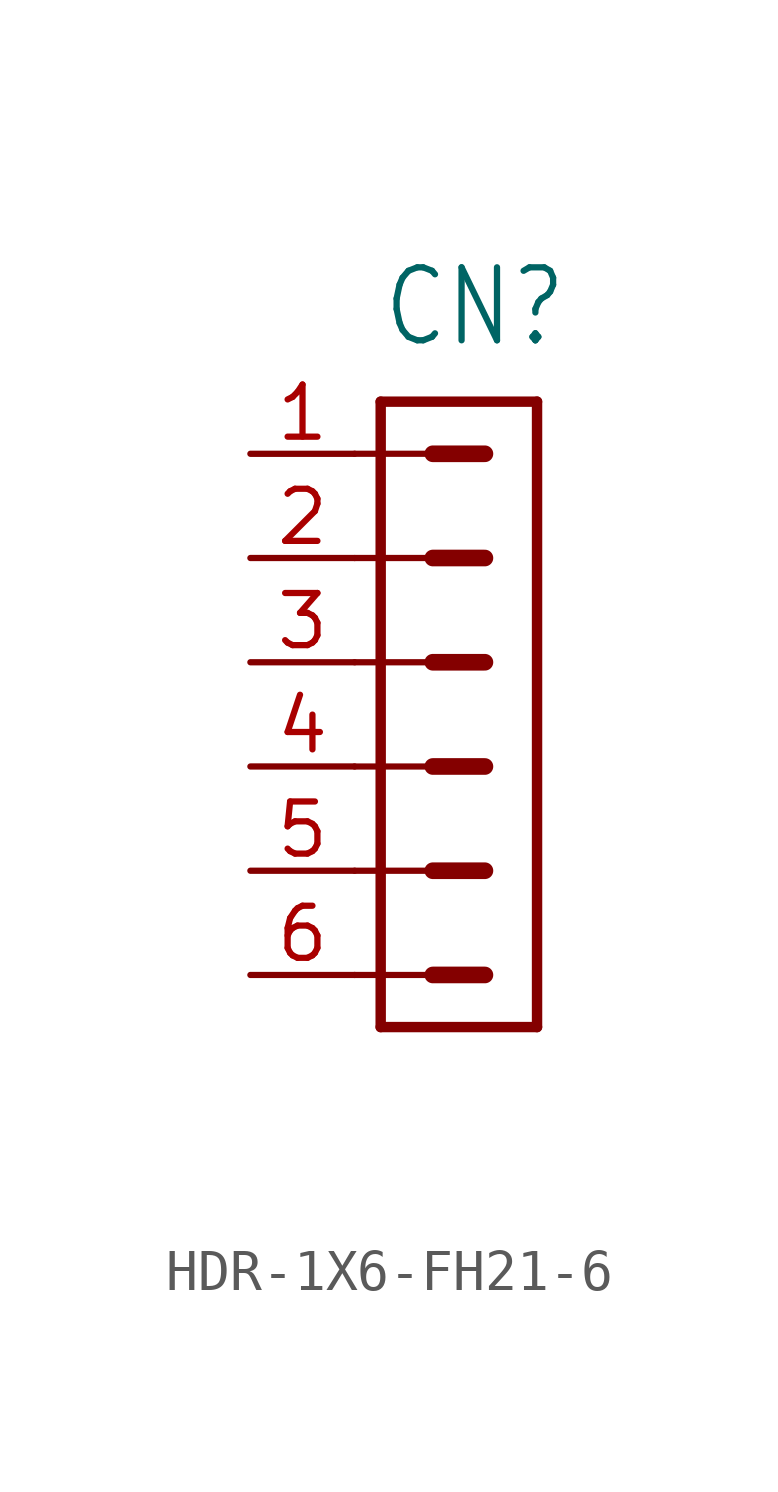
<source format=kicad_sym>
(kicad_symbol_lib
  (version 20220914)
  (generator kicad_symbol_editor)
  (symbol "HDR-1X6-FH21-6"
    (property "Reference" "CN"
      (at -1.905 7.62 0)
      (effects (font (size 1.778 1.511)) (justify left bottom)))
    (property "Value" ""
      (at -1.905 -11.748 0)
      (effects (font (size 1.778 1.511)) (justify left bottom)))
    (property "ki_locked" ""
      (at 0 0 0)
      (effects (font (size 1.27 1.27))))
    (symbol "HDR-1X6-FH21-6_1_0"
      (polyline (pts (xy -2.54 -7.62) (xy -0.635 -7.62)) (stroke (width 0.152) (type solid)) (fill (type none)))
      (polyline (pts (xy -2.54 -5.08) (xy -0.635 -5.08)) (stroke (width 0.152) (type solid)) (fill (type none)))
      (polyline (pts (xy -2.54 -2.54) (xy -0.635 -2.54)) (stroke (width 0.152) (type solid)) (fill (type none)))
      (polyline (pts (xy -2.54 0) (xy -0.635 0)) (stroke (width 0.152) (type solid)) (fill (type none)))
      (polyline (pts (xy -2.54 2.54) (xy -0.635 2.54)) (stroke (width 0.152) (type solid)) (fill (type none)))
      (polyline (pts (xy -2.54 5.08) (xy -0.635 5.08)) (stroke (width 0.152) (type solid)) (fill (type none)))
      (polyline (pts (xy -1.905 -8.89) (xy -1.905 6.35)) (stroke (width 0.254) (type solid)) (fill (type none)))
      (polyline (pts (xy -1.905 -8.89) (xy 1.905 -8.89)) (stroke (width 0.254) (type solid)) (fill (type none)))
      (polyline (pts (xy -0.635 -7.62) (xy 0.635 -7.62)) (stroke (width 0.406) (type solid)) (fill (type none)))
      (polyline (pts (xy -0.635 -5.08) (xy 0.635 -5.08)) (stroke (width 0.406) (type solid)) (fill (type none)))
      (polyline (pts (xy -0.635 -2.54) (xy 0.635 -2.54)) (stroke (width 0.406) (type solid)) (fill (type none)))
      (polyline (pts (xy -0.635 0) (xy 0.635 0)) (stroke (width 0.406) (type solid)) (fill (type none)))
      (polyline (pts (xy -0.635 2.54) (xy 0.635 2.54)) (stroke (width 0.406) (type solid)) (fill (type none)))
      (polyline (pts (xy -0.635 5.08) (xy 0.635 5.08)) (stroke (width 0.406) (type solid)) (fill (type none)))
      (polyline (pts (xy 1.905 6.35) (xy -1.905 6.35)) (stroke (width 0.254) (type solid)) (fill (type none)))
      (polyline (pts (xy 1.905 6.35) (xy 1.905 -8.89)) (stroke (width 0.254) (type solid)) (fill (type none)))
      (pin passive line (at -5.08 5.08 0) (length 2.54) (name "1" (effects (font (size 0 0)))) (number "1" (effects (font (size 1.27 1.27)))))
      (pin passive line (at -5.08 2.54 0) (length 2.54) (name "2" (effects (font (size 0 0)))) (number "2" (effects (font (size 1.27 1.27)))))
      (pin passive line (at -5.08 0 0) (length 2.54) (name "3" (effects (font (size 0 0)))) (number "3" (effects (font (size 1.27 1.27)))))
      (pin passive line (at -5.08 -2.54 0) (length 2.54) (name "4" (effects (font (size 0 0)))) (number "4" (effects (font (size 1.27 1.27)))))
      (pin passive line (at -5.08 -5.08 0) (length 2.54) (name "5" (effects (font (size 0 0)))) (number "5" (effects (font (size 1.27 1.27)))))
      (pin passive line (at -5.08 -7.62 0) (length 2.54) (name "6" (effects (font (size 0 0)))) (number "6" (effects (font (size 1.27 1.27))))))))
</source>
